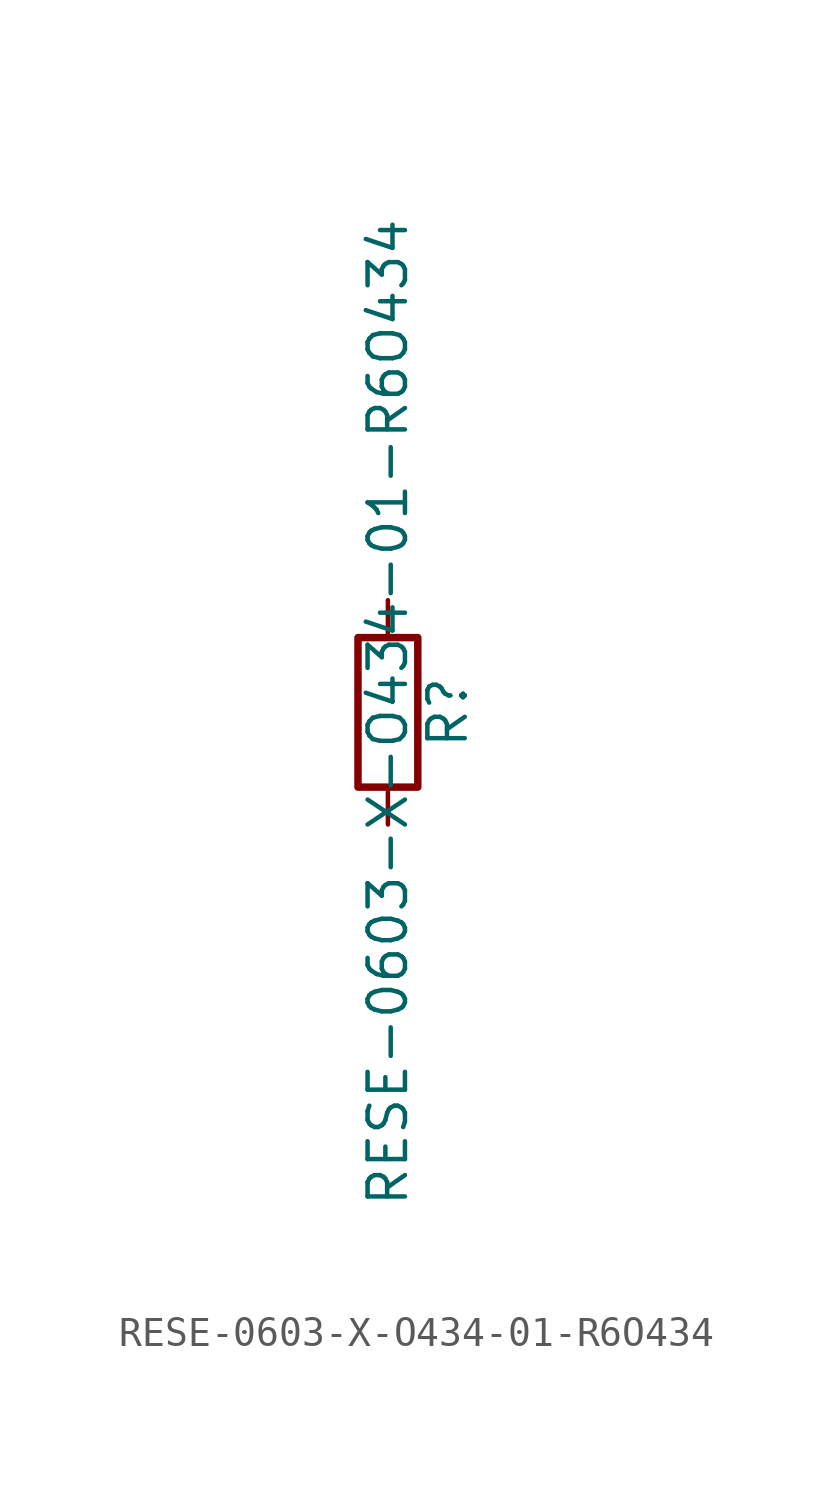
<source format=kicad_sym>
(kicad_symbol_lib
  (version 20211014)
  (generator kicad_symbol_editor)
  (symbol "RESE-0603-X-O434-01-R6O434"
    (pin_numbers hide)
    (pin_names
      (offset 0))
    (property "Reference" "R"
      (at 2.032 0 90)
      (effects (font (size 1.27 1.27))))
    (property "Value" "RESE-0603-X-O434-01-R6O434"
      (at 0 0 90)
      (effects (font (size 1.27 1.27))))
    (symbol "RESE-0603-X-O434-01-R6O434_0_1"
      (rectangle (start -1.016 -2.54) (end 1.016 2.54) (stroke (width 0.254) (type default) (color 0 0 0 0)) (fill (type none))))
    (symbol "RESE-0603-X-O434-01-R6O434_1_1"
      (pin passive line (at 0 3.81 270) (length 1.27) (name "~" (effects (font (size 1.27 1.27)))) (number "1" (effects (font (size 1.27 1.27)))))
      (pin passive line (at 0 -3.81 90) (length 1.27) (name "~" (effects (font (size 1.27 1.27)))) (number "2" (effects (font (size 1.27 1.27))))))))
</source>
